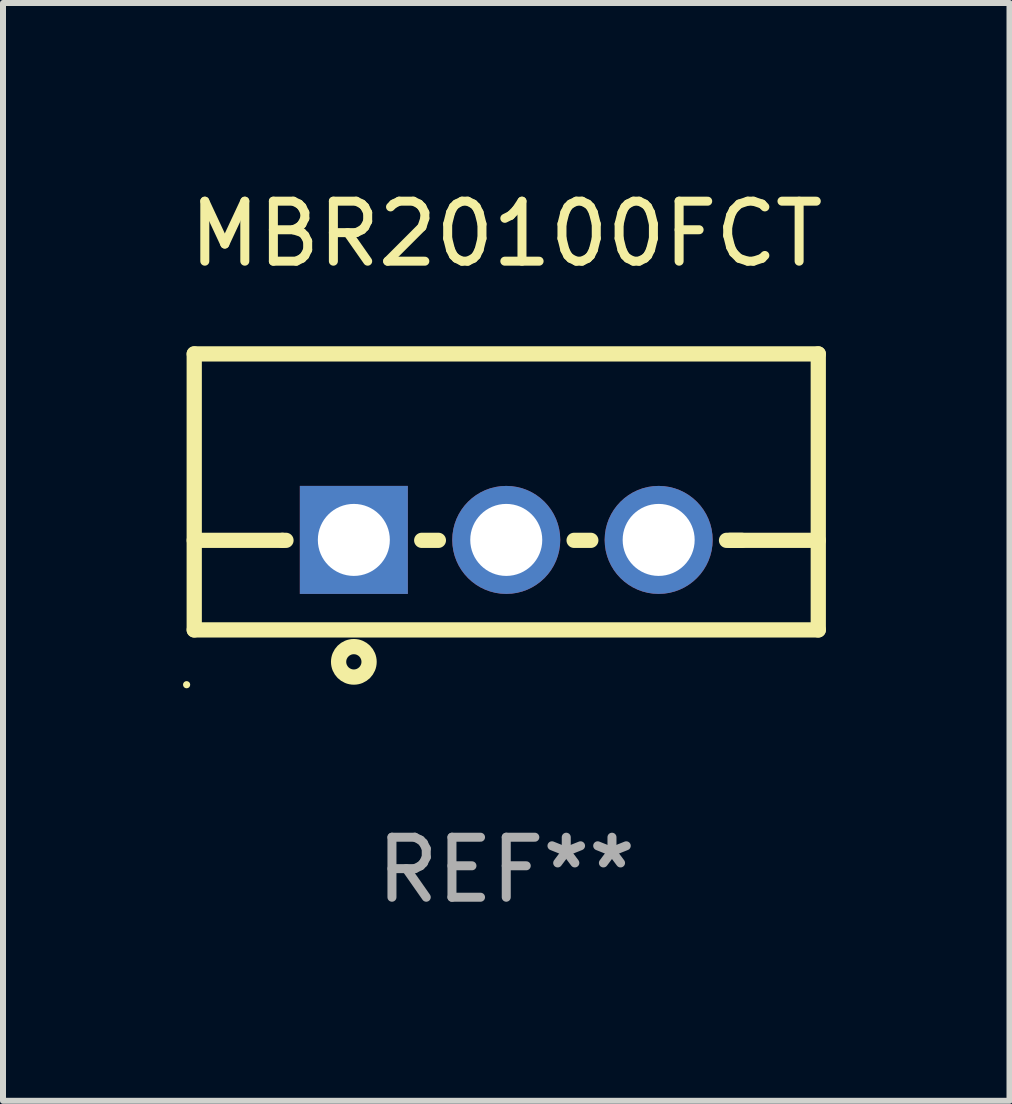
<source format=kicad_pcb>
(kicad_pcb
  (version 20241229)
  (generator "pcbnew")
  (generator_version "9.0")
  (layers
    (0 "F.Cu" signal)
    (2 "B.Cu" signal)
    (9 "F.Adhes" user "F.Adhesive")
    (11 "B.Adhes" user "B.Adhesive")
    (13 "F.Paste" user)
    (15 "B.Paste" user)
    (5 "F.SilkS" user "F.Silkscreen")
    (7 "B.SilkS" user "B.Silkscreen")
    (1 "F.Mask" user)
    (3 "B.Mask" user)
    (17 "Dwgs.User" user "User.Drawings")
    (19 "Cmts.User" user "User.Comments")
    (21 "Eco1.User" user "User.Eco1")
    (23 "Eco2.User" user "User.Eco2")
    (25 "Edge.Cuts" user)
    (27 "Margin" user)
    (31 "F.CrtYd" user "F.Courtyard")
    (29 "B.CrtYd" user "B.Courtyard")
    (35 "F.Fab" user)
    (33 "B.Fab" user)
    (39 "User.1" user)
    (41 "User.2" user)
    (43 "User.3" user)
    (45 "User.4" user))
  (footprint "MBR20100FCT"
    (layer "F.Cu")
    (at 5.387 5.148)
    (property "Reference" "MBR20100FCT" (at 0 -4.3 0) (layer "F.SilkS") (effects (font (size 1 1) (thickness 0.15))))
    (attr through_hole)
    (fp_line (start -5.2 -2.3) (end -5.2 2.3) (stroke (width 0.254) (type solid)) (layer "F.SilkS"))
    (fp_line (start -5.2 -2.3) (end 5.2 -2.3) (stroke (width 0.254) (type solid)) (layer "F.SilkS"))
    (fp_line (start -5.2 0.807) (end -3.731 0.807) (stroke (width 0.254) (type solid)) (layer "F.SilkS"))
    (fp_line (start -5.2 2.3) (end 5.2 2.3) (stroke (width 0.254) (type solid)) (layer "F.SilkS"))
    (fp_line (start -3.731 0.807) (end -3.671 0.807) (stroke (width 0.254) (type solid)) (layer "F.SilkS"))
    (fp_line (start -1.409 0.807) (end -1.131 0.807) (stroke (width 0.254) (type solid)) (layer "F.SilkS"))
    (fp_line (start 1.131 0.807) (end 1.409 0.807) (stroke (width 0.254) (type solid)) (layer "F.SilkS"))
    (fp_line (start 3.671 0.807) (end 3.926 0.807) (stroke (width 0.254) (type solid)) (layer "F.SilkS"))
    (fp_line (start 3.731 0.807) (end 5.2 0.807) (stroke (width 0.254) (type solid)) (layer "F.SilkS"))
    (fp_line (start 5.2 -2.3) (end 5.2 2.3) (stroke (width 0.254) (type solid)) (layer "F.SilkS"))
    (fp_circle (center -5.327 3.213) (end -5.297 3.213) (stroke (width 0.06) (type solid)) (fill no) (layer "F.SilkS"))
    (fp_circle (center -2.54 2.832) (end -2.286 2.832) (stroke (width 0.254) (type solid)) (fill no) (layer "F.SilkS"))
    (fp_text user "REF**" (at 0 6.3 0) (layer "F.Fab") (effects (font (size 1 1) (thickness 0.15))))
    (pad "1" thru_hole rect (at -2.54 0.8) (size 1.8 1.8) (drill 1.2) (layers "*.Cu" "*.Mask"))
    (pad "2" thru_hole circle (at 0 0.8) (size 1.8 1.8) (drill 1.2) (layers "*.Cu" "*.Mask"))
    (pad "3" thru_hole circle (at 2.54 0.8) (size 1.8 1.8) (drill 1.2) (layers "*.Cu" "*.Mask")))
  (gr_rect
    (start -3 -3)
    (end 13.774 15.296)
    (stroke (width 0.1) (type default))
    (fill no)
    (layer "Edge.Cuts")))
</source>
